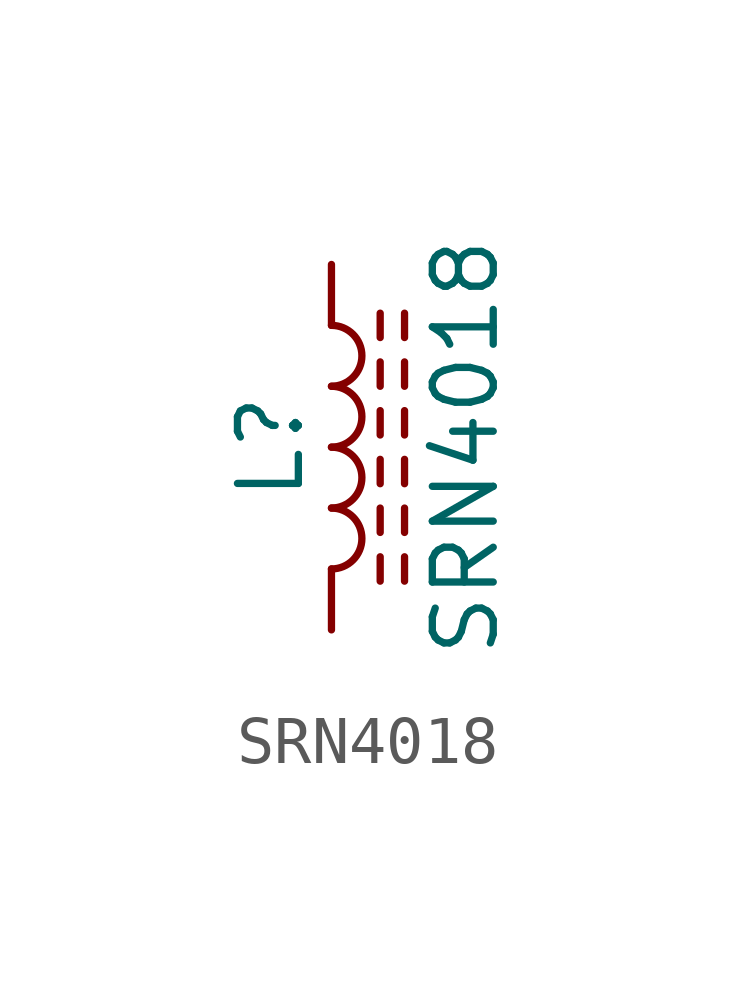
<source format=kicad_sym>
(kicad_symbol_lib
  (version 20200126)
  (host kicad_symbol_editor "(5.99.0-2195-g476558ece)")
  (symbol "SRN4018:SRN4018"
    (pin_numbers hide)
    (pin_names hide)
    (property "Reference" "L"
      (at -1.27 0 90)
      (effects (font (size 1.27 1.27))))
    (property "Value" "SRN4018"
      (at 2.794 0 90)
      (effects (font (size 1.27 1.27))))
    (symbol "SRN4018_0_1"
      (arc (start 0 -2.54) (end 0 -1.27) (radius (at 0 -1.905) (length 0.635) (angles -89.9 89.9)) (stroke (width 0)) (fill (type none)))
      (arc (start 0 -1.27) (end 0 0) (radius (at 0 -0.635) (length 0.635) (angles -89.9 89.9)) (stroke (width 0)) (fill (type none)))
      (arc (start 0 0) (end 0 1.27) (radius (at 0 0.635) (length 0.635) (angles -89.9 89.9)) (stroke (width 0)) (fill (type none)))
      (arc (start 0 1.27) (end 0 2.54) (radius (at 0 1.905) (length 0.635) (angles -89.9 89.9)) (stroke (width 0)) (fill (type none)))
      (polyline (pts (xy 1.016 -2.794) (xy 1.016 -2.286)) (stroke (width 0)) (fill (type none)))
      (polyline (pts (xy 1.016 -1.778) (xy 1.016 -1.27)) (stroke (width 0)) (fill (type none)))
      (polyline (pts (xy 1.016 -0.762) (xy 1.016 -0.254)) (stroke (width 0)) (fill (type none)))
      (polyline (pts (xy 1.016 0.254) (xy 1.016 0.762)) (stroke (width 0)) (fill (type none)))
      (polyline (pts (xy 1.016 1.27) (xy 1.016 1.778)) (stroke (width 0)) (fill (type none)))
      (polyline (pts (xy 1.016 2.286) (xy 1.016 2.794)) (stroke (width 0)) (fill (type none)))
      (polyline (pts (xy 1.524 -2.286) (xy 1.524 -2.794)) (stroke (width 0)) (fill (type none)))
      (polyline (pts (xy 1.524 -1.27) (xy 1.524 -1.778)) (stroke (width 0)) (fill (type none)))
      (polyline (pts (xy 1.524 -0.254) (xy 1.524 -0.762)) (stroke (width 0)) (fill (type none)))
      (polyline (pts (xy 1.524 0.762) (xy 1.524 0.254)) (stroke (width 0)) (fill (type none)))
      (polyline (pts (xy 1.524 1.778) (xy 1.524 1.27)) (stroke (width 0)) (fill (type none)))
      (polyline (pts (xy 1.524 2.794) (xy 1.524 2.286)) (stroke (width 0)) (fill (type none))))
    (symbol "SRN4018_1_1"
      (pin passive line (at 0 3.81 270) (length 1.27) (name "1" (effects (font (size 1.27 1.27)))) (number "1" (effects (font (size 1.27 1.27)))))
      (pin passive line (at 0 -3.81 90) (length 1.27) (name "2" (effects (font (size 1.27 1.27)))) (number "2" (effects (font (size 1.27 1.27))))))))
</source>
